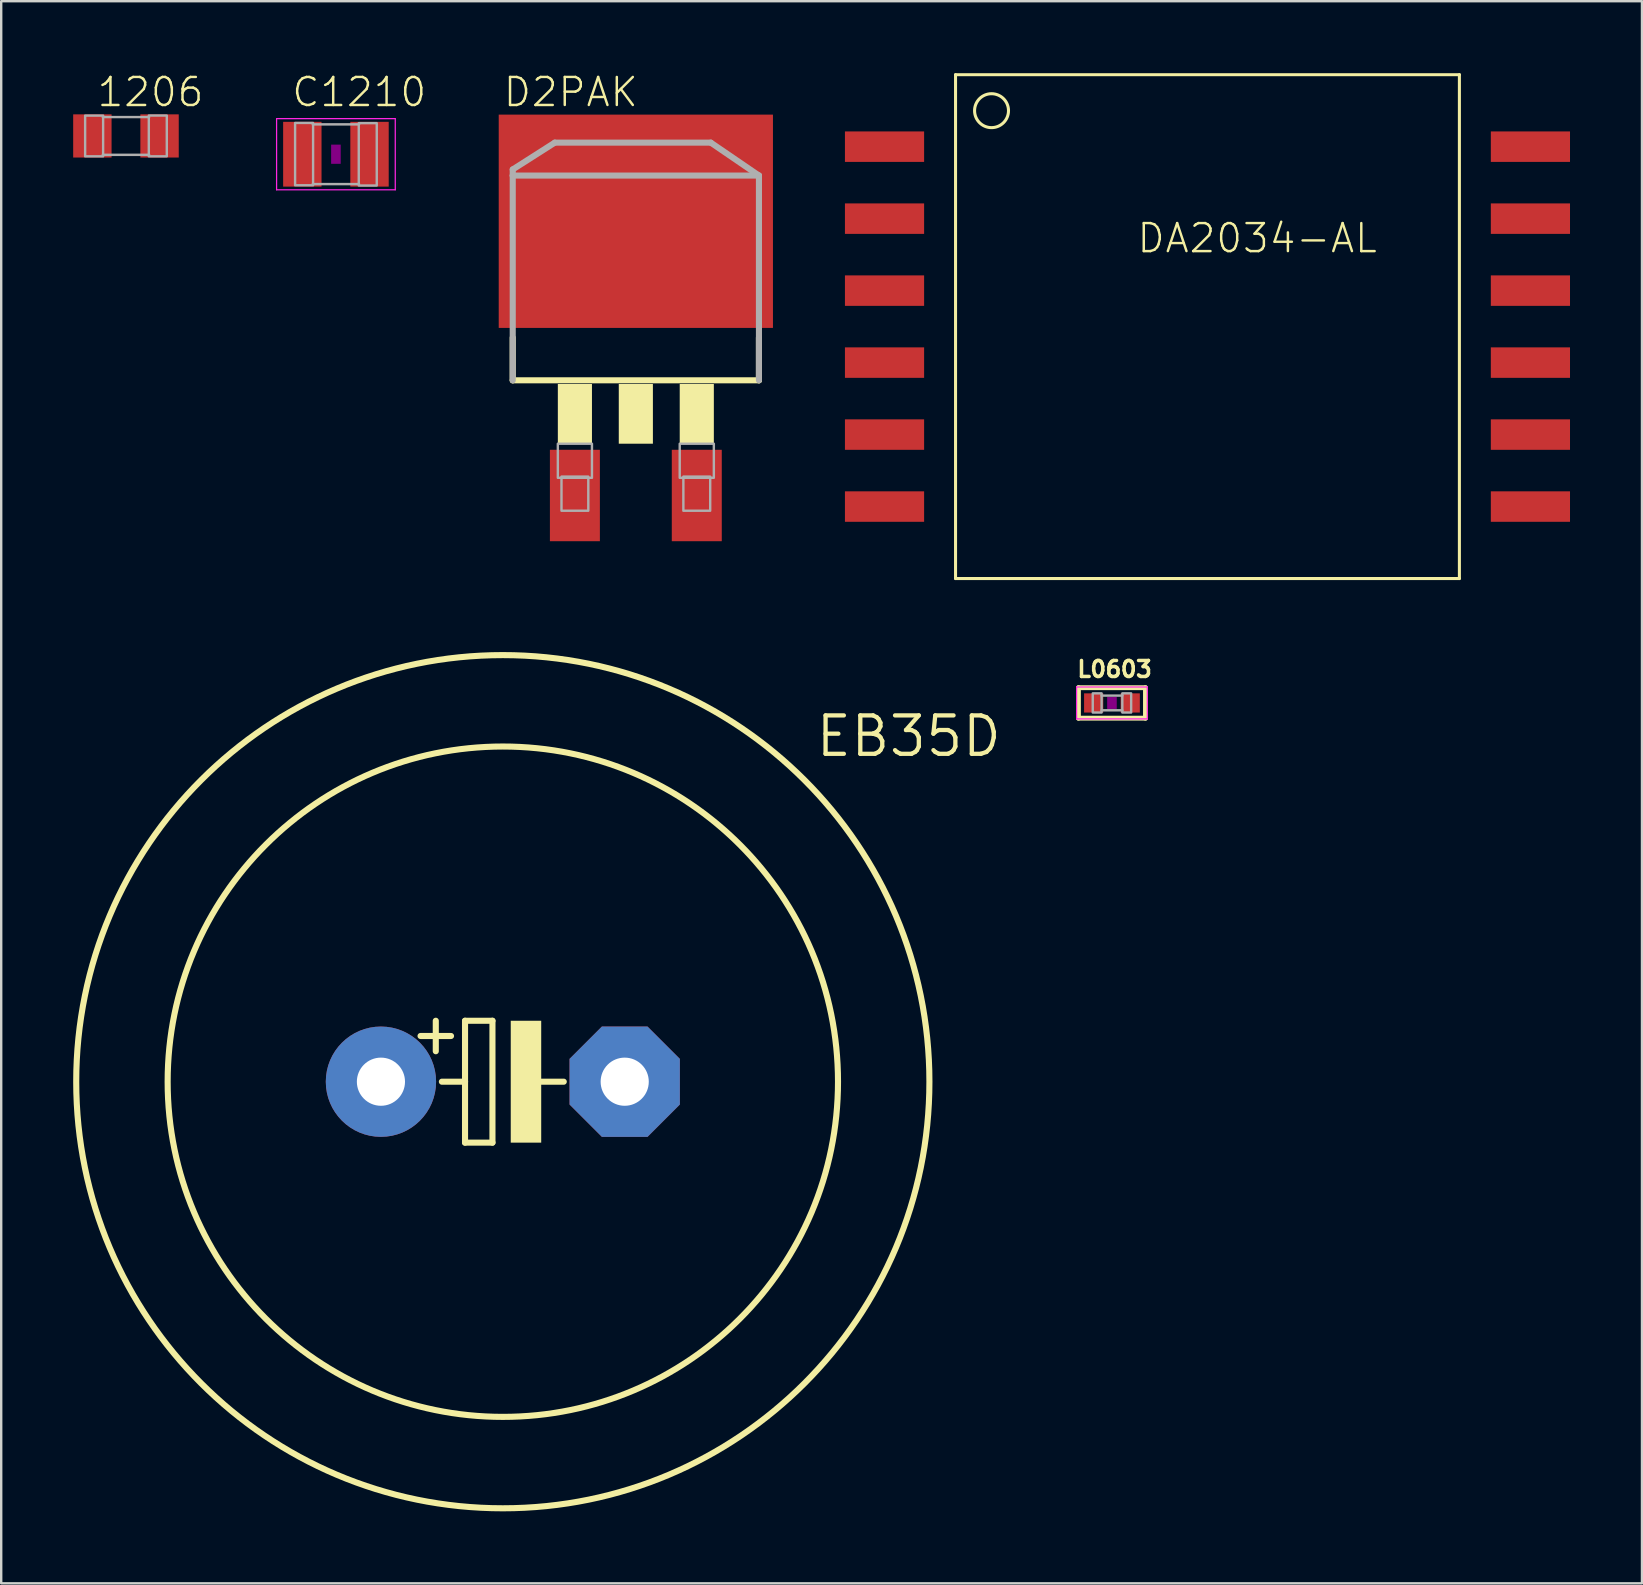
<source format=kicad_pcb>
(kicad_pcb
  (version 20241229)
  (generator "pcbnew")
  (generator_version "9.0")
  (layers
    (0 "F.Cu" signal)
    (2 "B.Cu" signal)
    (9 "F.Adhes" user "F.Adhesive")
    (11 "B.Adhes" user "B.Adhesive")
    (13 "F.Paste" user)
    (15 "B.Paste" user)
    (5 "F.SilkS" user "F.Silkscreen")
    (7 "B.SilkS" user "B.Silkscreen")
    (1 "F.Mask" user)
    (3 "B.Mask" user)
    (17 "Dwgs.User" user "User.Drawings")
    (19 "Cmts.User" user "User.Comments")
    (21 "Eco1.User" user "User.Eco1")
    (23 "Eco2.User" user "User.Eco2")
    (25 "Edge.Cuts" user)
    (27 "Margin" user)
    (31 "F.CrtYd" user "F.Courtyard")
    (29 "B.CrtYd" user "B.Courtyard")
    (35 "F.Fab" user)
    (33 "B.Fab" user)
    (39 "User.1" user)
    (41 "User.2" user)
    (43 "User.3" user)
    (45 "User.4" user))
  (footprint "1206"
    (layer "F.Cu")
    (at 2.2 2.616)
    (property "Reference" "1206" (at -1.27 -1.143 0) (layer "F.SilkS") (effects (font (size 1.168 1.168) (thickness 0.102)) (justify left bottom)))
    (fp_line (start -0.965 -0.787) (end 0.965 -0.787) (stroke (width 0.102) (type solid)) (layer "F.Fab"))
    (fp_line (start -0.965 0.787) (end 0.965 0.787) (stroke (width 0.102) (type solid)) (layer "F.Fab"))
    (fp_poly (pts (xy -1.702 0.851) (xy -0.952 0.851) (xy -0.952 -0.849) (xy -1.702 -0.849)) (stroke (width 0.1) (type default)) (fill no) (layer "F.Fab"))
    (fp_poly (pts (xy 0.952 0.849) (xy 1.702 0.849) (xy 1.702 -0.851) (xy 0.952 -0.851)) (stroke (width 0.1) (type default)) (fill no) (layer "F.Fab"))
    (pad "1" smd rect (at -1.4 0) (size 1.6 1.8) (layers "F.Cu" "F.Mask" "F.Paste"))
    (pad "2" smd rect (at 1.4 0) (size 1.6 1.8) (layers "F.Cu" "F.Mask" "F.Paste")))
  (footprint "C1210"
    (layer "F.Cu")
    (at 10.951 3.378)
    (property "Reference" "C1210" (at -1.905 -1.905 0) (layer "F.SilkS") (effects (font (size 1.168 1.168) (thickness 0.102)) (justify left bottom)))
    (fp_poly (pts (xy -0.2 0.4) (xy 0.2 0.4) (xy 0.2 -0.4) (xy -0.2 -0.4)) (stroke (width 0) (type default)) (fill yes) (layer "F.Adhes"))
    (fp_line (start -2.473 -1.483) (end 2.473 -1.483) (stroke (width 0.051) (type solid)) (layer "F.CrtYd"))
    (fp_line (start -2.473 1.483) (end -2.473 -1.483) (stroke (width 0.051) (type solid)) (layer "F.CrtYd"))
    (fp_line (start 2.473 -1.483) (end 2.473 1.483) (stroke (width 0.051) (type solid)) (layer "F.CrtYd"))
    (fp_line (start 2.473 1.483) (end -2.473 1.483) (stroke (width 0.051) (type solid)) (layer "F.CrtYd"))
    (fp_line (start -0.965 -1.245) (end 0.965 -1.245) (stroke (width 0.102) (type solid)) (layer "F.Fab"))
    (fp_line (start -0.965 1.245) (end 0.965 1.245) (stroke (width 0.102) (type solid)) (layer "F.Fab"))
    (fp_poly (pts (xy -1.702 1.295) (xy -0.952 1.295) (xy -0.952 -1.304) (xy -1.702 -1.304)) (stroke (width 0.1) (type default)) (fill no) (layer "F.Fab"))
    (fp_poly (pts (xy 0.952 1.304) (xy 1.702 1.304) (xy 1.702 -1.295) (xy 0.952 -1.295)) (stroke (width 0.1) (type default)) (fill no) (layer "F.Fab"))
    (pad "1" smd rect (at -1.4 0) (size 1.6 2.7) (layers "F.Cu" "F.Mask" "F.Paste"))
    (pad "2" smd rect (at 1.4 0) (size 1.6 2.7) (layers "F.Cu" "F.Mask" "F.Paste")))
  (footprint "EB35D"
    (layer "F.Cu")
    (at 17.907 42.034)
    (property "Reference" "EB35D" (at 12.954 -13.462 0) (layer "F.SilkS") (effects (font (size 1.6 1.6) (thickness 0.178)) (justify left bottom)))
    (fp_line (start -2.794 -2.54) (end -2.794 -1.27) (stroke (width 0.254) (type solid)) (layer "F.SilkS"))
    (fp_line (start -2.54 0) (end -1.575 0) (stroke (width 0.254) (type solid)) (layer "F.SilkS"))
    (fp_line (start -2.159 -1.905) (end -3.429 -1.905) (stroke (width 0.254) (type solid)) (layer "F.SilkS"))
    (fp_line (start -1.575 -2.54) (end -0.432 -2.54) (stroke (width 0.254) (type solid)) (layer "F.SilkS"))
    (fp_line (start -1.575 0) (end -1.575 -2.54) (stroke (width 0.254) (type solid)) (layer "F.SilkS"))
    (fp_line (start -1.575 2.54) (end -1.575 0) (stroke (width 0.254) (type solid)) (layer "F.SilkS"))
    (fp_line (start -0.432 -2.54) (end -0.432 2.54) (stroke (width 0.254) (type solid)) (layer "F.SilkS"))
    (fp_line (start -0.432 2.54) (end -1.575 2.54) (stroke (width 0.254) (type solid)) (layer "F.SilkS"))
    (fp_line (start 1.397 0) (end 2.54 0) (stroke (width 0.254) (type solid)) (layer "F.SilkS"))
    (fp_circle (center 0 0) (end 13.97 0) (stroke (width 0.254) (type solid)) (fill no) (layer "F.SilkS"))
    (fp_circle (center 0 0) (end 17.78 0) (stroke (width 0.254) (type solid)) (fill no) (layer "F.SilkS"))
    (fp_poly (pts (xy 0.33 2.54) (xy 1.6 2.54) (xy 1.6 -2.54) (xy 0.33 -2.54)) (stroke (width 0) (type default)) (fill yes) (layer "F.SilkS"))
    (pad "+" thru_hole circle (at -5.08 0) (size 4.597 4.597) (drill 2.007) (layers "*.Cu" "*.Mask"))
    (pad "-" thru_hole roundrect (at 5.08 0) (size 4.597 4.597) (drill 2.007) (layers "*.Cu" "*.Mask") (roundrect_rratio 0.25) (chamfer_ratio 0.293) (chamfer top_left top_right bottom_left bottom_right)))
  (footprint "D2PAK"
    (layer "F.Cu")
    (at 23.451 8.712)
    (property "Reference" "D2PAK" (at -5.588 -7.239 0) (layer "F.SilkS") (effects (font (size 1.168 1.168) (thickness 0.102)) (justify left bottom)))
    (fp_line (start -5.131 4.089) (end -5.131 2.311) (stroke (width 0.254) (type solid)) (layer "F.SilkS"))
    (fp_line (start -5.131 4.089) (end 5.131 4.089) (stroke (width 0.254) (type solid)) (layer "F.SilkS"))
    (fp_line (start 5.131 4.089) (end 5.131 2.311) (stroke (width 0.254) (type solid)) (layer "F.SilkS"))
    (fp_poly (pts (xy -3.251 6.731) (xy -1.829 6.731) (xy -1.829 4.242) (xy -3.251 4.242)) (stroke (width 0) (type default)) (fill yes) (layer "F.SilkS"))
    (fp_poly (pts (xy -0.711 6.731) (xy 0.711 6.731) (xy 0.711 4.242) (xy -0.711 4.242)) (stroke (width 0) (type default)) (fill yes) (layer "F.SilkS"))
    (fp_poly (pts (xy 1.829 6.731) (xy 3.251 6.731) (xy 3.251 4.242) (xy 1.829 4.242)) (stroke (width 0) (type default)) (fill yes) (layer "F.SilkS"))
    (fp_line (start -5.131 -4.699) (end -5.131 -4.445) (stroke (width 0.254) (type solid)) (layer "F.Fab"))
    (fp_line (start -5.131 -4.445) (end -5.131 4.089) (stroke (width 0.254) (type solid)) (layer "F.Fab"))
    (fp_line (start -5.131 -4.445) (end 5.131 -4.445) (stroke (width 0.254) (type solid)) (layer "F.Fab"))
    (fp_line (start -3.378 -5.817) (end -5.131 -4.699) (stroke (width 0.254) (type solid)) (layer "F.Fab"))
    (fp_line (start 3.124 -5.817) (end -3.378 -5.817) (stroke (width 0.254) (type solid)) (layer "F.Fab"))
    (fp_line (start 5.131 -4.445) (end 3.124 -5.817) (stroke (width 0.254) (type solid)) (layer "F.Fab"))
    (fp_line (start 5.131 4.089) (end 5.131 -4.445) (stroke (width 0.254) (type solid)) (layer "F.Fab"))
    (fp_poly (pts (xy -3.251 8.153) (xy -1.829 8.153) (xy -1.829 6.731) (xy -3.251 6.731)) (stroke (width 0.1) (type default)) (fill no) (layer "F.Fab"))
    (fp_poly (pts (xy -3.099 9.525) (xy -1.981 9.525) (xy -1.981 8.103) (xy -3.099 8.103)) (stroke (width 0.1) (type default)) (fill no) (layer "F.Fab"))
    (fp_poly (pts (xy 1.829 8.153) (xy 3.251 8.153) (xy 3.251 6.731) (xy 1.829 6.731)) (stroke (width 0.1) (type default)) (fill no) (layer "F.Fab"))
    (fp_poly (pts (xy 1.981 9.525) (xy 3.099 9.525) (xy 3.099 8.103) (xy 1.981 8.103)) (stroke (width 0.1) (type default)) (fill no) (layer "F.Fab"))
    (pad "1" smd rect (at -2.54 8.89) (size 2.083 3.81) (layers "F.Cu" "F.Mask" "F.Paste"))
    (pad "2" smd rect (at 0 -2.54) (size 11.43 8.89) (layers "F.Cu" "F.Mask" "F.Paste"))
    (pad "3" smd rect (at 2.54 8.89) (size 2.083 3.81) (layers "F.Cu" "F.Mask" "F.Paste")))
  (footprint "DA2034-AL"
    (layer "F.Cu")
    (at 47.276 10.563)
    (property "Reference" "DA2034-AL" (at -3 -3 0) (layer "F.SilkS") (effects (font (size 1.168 1.168) (thickness 0.102)) (justify left bottom)))
    (fp_line (start -10.5 -10.5) (end 10.5 -10.5) (stroke (width 0.127) (type solid)) (layer "F.SilkS"))
    (fp_line (start -10.5 10.5) (end -10.5 -10.5) (stroke (width 0.127) (type solid)) (layer "F.SilkS"))
    (fp_line (start 10.5 -10.5) (end 10.5 10.5) (stroke (width 0.127) (type solid)) (layer "F.SilkS"))
    (fp_line (start 10.5 10.5) (end -10.5 10.5) (stroke (width 0.127) (type solid)) (layer "F.SilkS"))
    (fp_circle (center -9 -9) (end -8.293 -9) (stroke (width 0.127) (type solid)) (fill no) (layer "F.SilkS"))
    (pad "1" smd rect (at -13.46 -7.5) (size 3.3 1.27) (layers "F.Cu" "F.Mask" "F.Paste"))
    (pad "2" smd rect (at -13.46 -4.5) (size 3.3 1.27) (layers "F.Cu" "F.Mask" "F.Paste"))
    (pad "3" smd rect (at -13.46 -1.5) (size 3.3 1.27) (layers "F.Cu" "F.Mask" "F.Paste"))
    (pad "4" smd rect (at -13.46 1.5) (size 3.3 1.27) (layers "F.Cu" "F.Mask" "F.Paste"))
    (pad "5" smd rect (at -13.46 4.5) (size 3.3 1.27) (layers "F.Cu" "F.Mask" "F.Paste"))
    (pad "6" smd rect (at -13.46 7.5) (size 3.3 1.27) (layers "F.Cu" "F.Mask" "F.Paste"))
    (pad "7" smd rect (at 13.46 7.5) (size 3.3 1.27) (layers "F.Cu" "F.Mask" "F.Paste"))
    (pad "8" smd rect (at 13.46 4.5) (size 3.3 1.27) (layers "F.Cu" "F.Mask" "F.Paste"))
    (pad "9" smd rect (at 13.46 1.5) (size 3.3 1.27) (layers "F.Cu" "F.Mask" "F.Paste"))
    (pad "10" smd rect (at 13.46 -1.5) (size 3.3 1.27) (layers "F.Cu" "F.Mask" "F.Paste"))
    (pad "11" smd rect (at 13.46 -4.5) (size 3.3 1.27) (layers "F.Cu" "F.Mask" "F.Paste"))
    (pad "12" smd rect (at 13.46 -7.5) (size 3.3 1.27) (layers "F.Cu" "F.Mask" "F.Paste")))
  (footprint "L0603"
    (layer "F.Cu")
    (at 43.295 26.248)
    (property "Reference" "L0603" (at -1.524 -1.016 0) (layer "F.SilkS") (effects (font (size 0.666 0.666) (thickness 0.146)) (justify left bottom)))
    (fp_line (start -1.397 -0.635) (end 1.397 -0.635) (stroke (width 0.203) (type solid)) (layer "F.SilkS"))
    (fp_line (start -1.397 0.635) (end -1.397 -0.635) (stroke (width 0.203) (type solid)) (layer "F.SilkS"))
    (fp_line (start 1.397 -0.635) (end 1.397 0.635) (stroke (width 0.203) (type solid)) (layer "F.SilkS"))
    (fp_line (start 1.397 0.635) (end -1.397 0.635) (stroke (width 0.203) (type solid)) (layer "F.SilkS"))
    (fp_poly (pts (xy -0.2 0.25) (xy 0.2 0.25) (xy 0.2 -0.25) (xy -0.2 -0.25)) (stroke (width 0) (type default)) (fill yes) (layer "F.Adhes"))
    (fp_line (start -1.473 -0.665) (end 1.473 -0.665) (stroke (width 0.051) (type solid)) (layer "F.CrtYd"))
    (fp_line (start -1.473 0.665) (end -1.473 -0.665) (stroke (width 0.051) (type solid)) (layer "F.CrtYd"))
    (fp_line (start 1.473 -0.665) (end 1.473 0.665) (stroke (width 0.051) (type solid)) (layer "F.CrtYd"))
    (fp_line (start 1.473 0.665) (end -1.473 0.665) (stroke (width 0.051) (type solid)) (layer "F.CrtYd"))
    (fp_line (start -0.432 0.306) (end 0.432 0.306) (stroke (width 0.102) (type solid)) (layer "F.Fab"))
    (fp_line (start 0.432 -0.306) (end -0.432 -0.306) (stroke (width 0.102) (type solid)) (layer "F.Fab"))
    (fp_poly (pts (xy -0.8 0.4) (xy -0.432 0.4) (xy -0.432 -0.4) (xy -0.8 -0.4)) (stroke (width 0.1) (type default)) (fill no) (layer "F.Fab"))
    (fp_poly (pts (xy 0.432 0.4) (xy 0.8 0.4) (xy 0.8 -0.4) (xy 0.432 -0.4)) (stroke (width 0.1) (type default)) (fill no) (layer "F.Fab"))
    (pad "1" smd rect (at -0.762 0) (size 0.8 0.8) (layers "F.Cu" "F.Mask" "F.Paste"))
    (pad "2" smd rect (at 0.762 0) (size 0.8 0.8) (layers "F.Cu" "F.Mask" "F.Paste")))
  (gr_rect
    (start -3 -3)
    (end 65.386 62.941)
    (stroke (width 0.1) (type default))
    (fill no)
    (layer "Edge.Cuts")))
</source>
